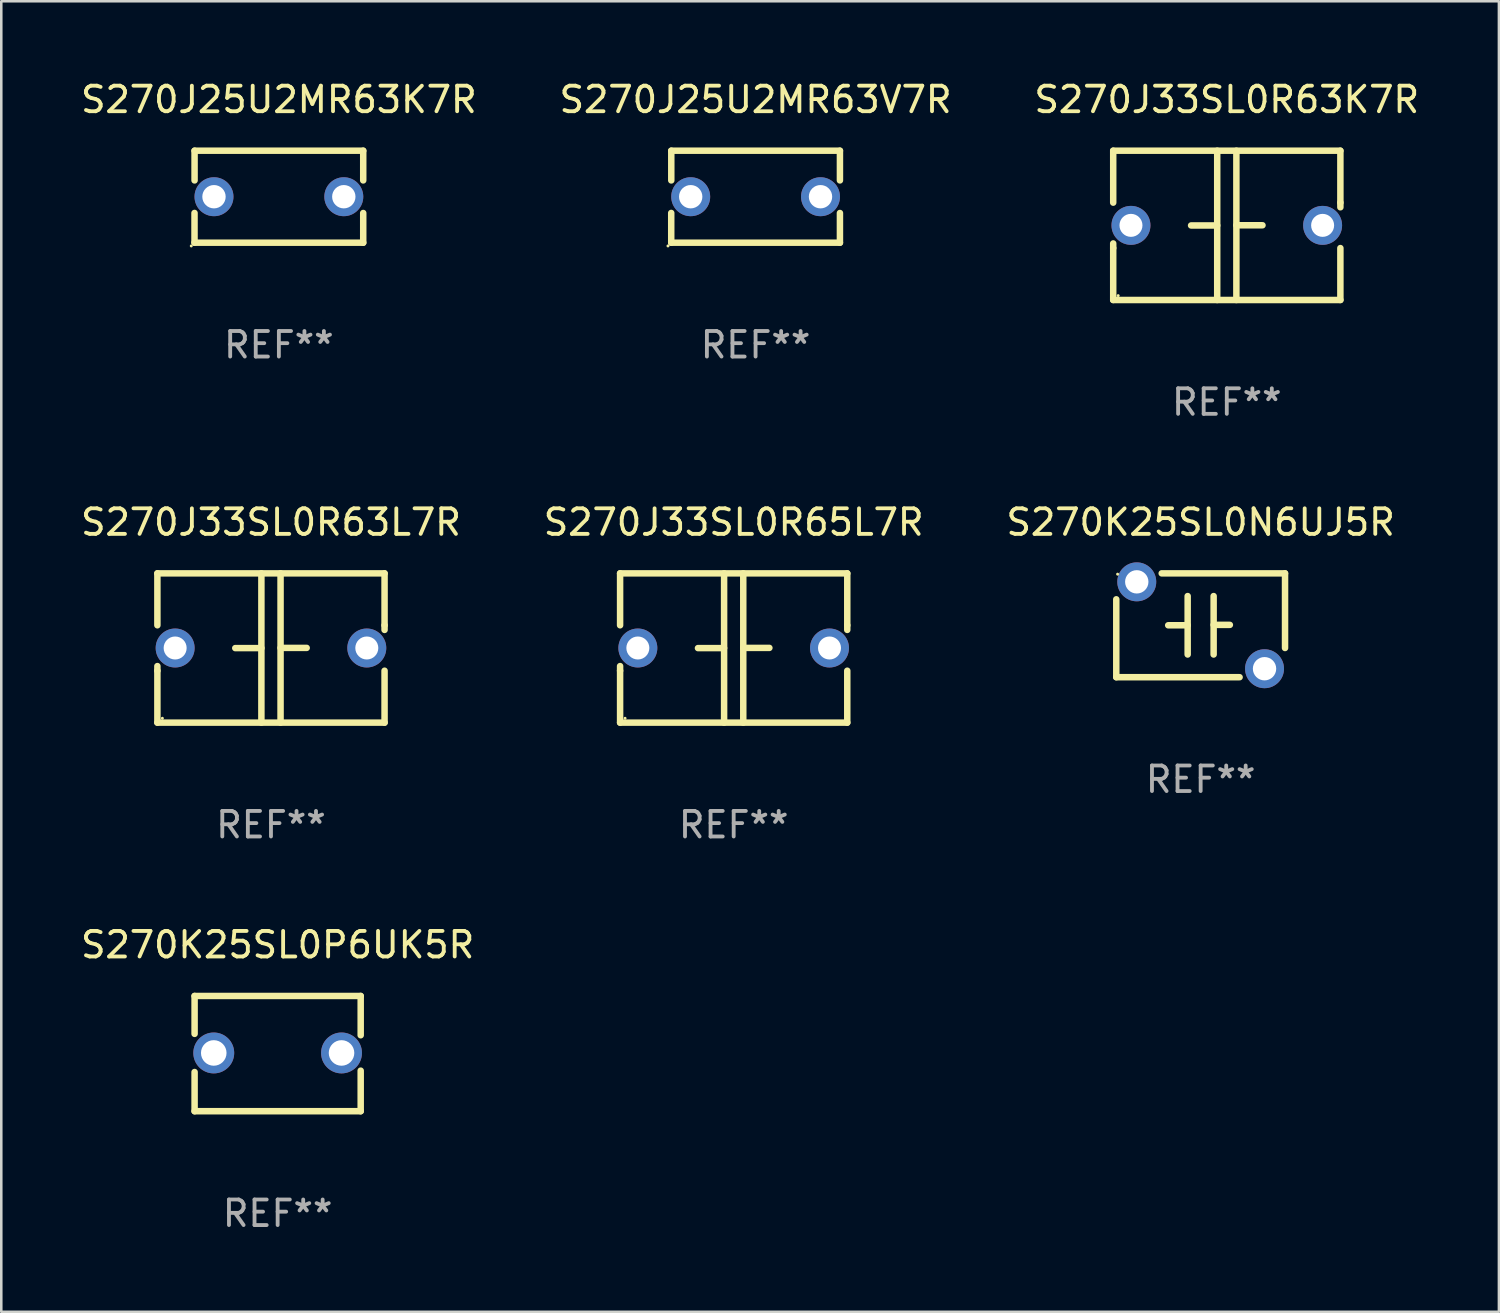
<source format=kicad_pcb>
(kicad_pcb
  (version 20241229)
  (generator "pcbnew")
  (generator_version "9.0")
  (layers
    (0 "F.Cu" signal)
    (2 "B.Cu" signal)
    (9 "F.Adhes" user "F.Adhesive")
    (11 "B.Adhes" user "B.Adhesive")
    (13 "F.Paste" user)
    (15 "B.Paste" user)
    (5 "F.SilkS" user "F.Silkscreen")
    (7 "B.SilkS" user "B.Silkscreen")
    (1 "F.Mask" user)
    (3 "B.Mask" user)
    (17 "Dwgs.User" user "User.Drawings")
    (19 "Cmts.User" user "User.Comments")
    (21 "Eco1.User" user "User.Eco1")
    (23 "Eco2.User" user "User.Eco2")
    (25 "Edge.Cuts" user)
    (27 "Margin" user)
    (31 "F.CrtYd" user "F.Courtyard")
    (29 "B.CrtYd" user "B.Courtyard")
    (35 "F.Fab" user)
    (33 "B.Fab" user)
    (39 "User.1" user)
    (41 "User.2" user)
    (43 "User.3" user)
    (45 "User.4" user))
  (footprint "S270J25U2MR63K7R"
    (layer "F.Cu")
    (at 7.863 4.648)
    (property "Reference" "S270J25U2MR63K7R" (at 0 -3.8 0) (layer "F.SilkS") (effects (font (size 1 1) (thickness 0.15))))
    (attr through_hole)
    (fp_line (start -3.301 1.8) (end -3.301 0.636) (stroke (width 0.254) (type solid)) (layer "F.SilkS"))
    (fp_line (start -3.299 -1.8) (end -3.299 -0.638) (stroke (width 0.254) (type solid)) (layer "F.SilkS"))
    (fp_line (start -3.299 -1.8) (end 3.301 -1.8) (stroke (width 0.254) (type solid)) (layer "F.SilkS"))
    (fp_line (start 3.301 -1.8) (end 3.301 -0.638) (stroke (width 0.254) (type solid)) (layer "F.SilkS"))
    (fp_line (start 3.301 0.638) (end 3.301 1.8) (stroke (width 0.254) (type solid)) (layer "F.SilkS"))
    (fp_line (start 3.301 1.8) (end -3.301 1.8) (stroke (width 0.254) (type solid)) (layer "F.SilkS"))
    (fp_circle (center -3.428 1.927) (end -3.398 1.927) (stroke (width 0.06) (type solid)) (fill no) (layer "F.SilkS"))
    (fp_text user "REF**" (at 0 5.8 0) (layer "F.Fab") (effects (font (size 1 1) (thickness 0.15))))
    (pad "1" thru_hole circle (at -2.539 0.000013) (size 1.524 1.524) (drill 0.914) (layers "*.Cu" "*.Mask"))
    (pad "2" thru_hole circle (at 2.541 0.000013) (size 1.524 1.524) (drill 0.914) (layers "*.Cu" "*.Mask")))
  (footprint "S270J33SL0R63L7R"
    (layer "F.Cu")
    (at 7.554 22.308)
    (property "Reference" "S270J33SL0R63L7R" (at 0 -4.921 0) (layer "F.SilkS") (effects (font (size 1 1) (thickness 0.15))))
    (attr through_hole)
    (fp_line (start -4.445 -2.921) (end 4.445 -2.921) (stroke (width 0.254) (type solid)) (layer "F.SilkS"))
    (fp_line (start -4.445 -0.889) (end -4.445 -2.921) (stroke (width 0.254) (type solid)) (layer "F.SilkS"))
    (fp_line (start -4.445 0.889) (end -4.445 0.708) (stroke (width 0.254) (type solid)) (layer "F.SilkS"))
    (fp_line (start -4.445 2.921) (end -4.445 0.889) (stroke (width 0.254) (type solid)) (layer "F.SilkS"))
    (fp_line (start -0.375 0.004) (end -1.397 0.004) (stroke (width 0.254) (type solid)) (layer "F.SilkS"))
    (fp_line (start -0.375 2.921) (end -0.375 -2.921) (stroke (width 0.254) (type solid)) (layer "F.SilkS"))
    (fp_line (start 0.375 -2.921) (end 0.375 2.921) (stroke (width 0.254) (type solid)) (layer "F.SilkS"))
    (fp_line (start 0.375 -0.004) (end 1.397 -0.004) (stroke (width 0.254) (type solid)) (layer "F.SilkS"))
    (fp_line (start 4.445 -2.921) (end 4.445 -0.889) (stroke (width 0.254) (type solid)) (layer "F.SilkS"))
    (fp_line (start 4.445 -0.889) (end 4.445 -0.708) (stroke (width 0.254) (type solid)) (layer "F.SilkS"))
    (fp_line (start 4.445 0.889) (end 4.445 2.921) (stroke (width 0.254) (type solid)) (layer "F.SilkS"))
    (fp_line (start 4.445 2.921) (end -4.445 2.921) (stroke (width 0.254) (type solid)) (layer "F.SilkS"))
    (fp_circle (center -4.25 2.75) (end -4.22 2.75) (stroke (width 0.06) (type solid)) (fill no) (layer "F.SilkS"))
    (fp_text user "REF**" (at 0 6.921 0) (layer "F.Fab") (effects (font (size 1 1) (thickness 0.15))))
    (pad "1" thru_hole circle (at -3.75 0) (size 1.524 1.524) (drill 0.9) (layers "*.Cu" "*.Mask"))
    (pad "2" thru_hole circle (at 3.75 0) (size 1.524 1.524) (drill 0.9) (layers "*.Cu" "*.Mask")))
  (footprint "S270K25SL0P6UK5R"
    (layer "F.Cu")
    (at 7.815 38.18)
    (property "Reference" "S270K25SL0P6UK5R" (at 0 -4.255 0) (layer "F.SilkS") (effects (font (size 1 1) (thickness 0.15))))
    (attr through_hole)
    (fp_line (start -3.25 -2.255) (end -3.25 -0.772) (stroke (width 0.254) (type solid)) (layer "F.SilkS"))
    (fp_line (start -3.25 -2.255) (end 3.25 -2.255) (stroke (width 0.254) (type solid)) (layer "F.SilkS"))
    (fp_line (start -3.25 0.722) (end -3.25 2.255) (stroke (width 0.254) (type solid)) (layer "F.SilkS"))
    (fp_line (start 3.25 -2.255) (end 3.25 -0.718) (stroke (width 0.254) (type solid)) (layer "F.SilkS"))
    (fp_line (start 3.25 0.668) (end 3.25 2.255) (stroke (width 0.254) (type solid)) (layer "F.SilkS"))
    (fp_line (start 3.25 2.255) (end -3.25 2.255) (stroke (width 0.254) (type solid)) (layer "F.SilkS"))
    (fp_circle (center -3.25 2.225) (end -3.22 2.225) (stroke (width 0.06) (type solid)) (fill no) (layer "F.SilkS"))
    (fp_text user "REF**" (at 0 6.255 0) (layer "F.Fab") (effects (font (size 1 1) (thickness 0.15))))
    (pad "1" thru_hole circle (at -2.5 -0.025) (size 1.6 1.6) (drill 1) (layers "*.Cu" "*.Mask"))
    (pad "2" thru_hole circle (at 2.5 -0.025) (size 1.6 1.6) (drill 1) (layers "*.Cu" "*.Mask")))
  (footprint "S270K25SL0N6UJ5R"
    (layer "F.Cu")
    (at 43.935 21.419)
    (property "Reference" "S270K25SL0N6UJ5R" (at 0 -4.032 0) (layer "F.SilkS") (effects (font (size 1 1) (thickness 0.15))))
    (attr through_hole)
    (fp_line (start -3.302 2.032) (end -3.302 -1.016) (stroke (width 0.254) (type solid)) (layer "F.SilkS"))
    (fp_line (start -3.302 2.032) (end 1.524 2.032) (stroke (width 0.254) (type solid)) (layer "F.SilkS"))
    (fp_line (start -1.524 -2.032) (end 3.302 -2.032) (stroke (width 0.254) (type solid)) (layer "F.SilkS"))
    (fp_line (start -1.27 0) (end -0.508 0) (stroke (width 0.254) (type solid)) (layer "F.SilkS"))
    (fp_line (start -0.508 1.143) (end -0.508 -1.143) (stroke (width 0.254) (type solid)) (layer "F.SilkS"))
    (fp_line (start 0.508 -0.016) (end 1.143 -0.016) (stroke (width 0.254) (type solid)) (layer "F.SilkS"))
    (fp_line (start 0.508 1.143) (end 0.508 -1.143) (stroke (width 0.254) (type solid)) (layer "F.SilkS"))
    (fp_line (start 3.302 -2.032) (end 3.302 0.889) (stroke (width 0.254) (type solid)) (layer "F.SilkS"))
    (fp_circle (center -3.25 -2) (end -3.22 -2) (stroke (width 0.06) (type solid)) (fill no) (layer "F.SilkS"))
    (fp_text user "REF**" (at 0 6.032 0) (layer "F.Fab") (effects (font (size 1 1) (thickness 0.15))))
    (pad "1" thru_hole circle (at -2.5 -1.7) (size 1.524 1.524) (drill 0.914) (layers "*.Cu" "*.Mask"))
    (pad "2" thru_hole circle (at 2.5 1.7) (size 1.524 1.524) (drill 0.914) (layers "*.Cu" "*.Mask")))
  (footprint "S270J25U2MR63V7R"
    (layer "F.Cu")
    (at 26.518 4.648)
    (property "Reference" "S270J25U2MR63V7R" (at 0 -3.8 0) (layer "F.SilkS") (effects (font (size 1 1) (thickness 0.15))))
    (attr through_hole)
    (fp_line (start -3.301 1.8) (end -3.301 0.636) (stroke (width 0.254) (type solid)) (layer "F.SilkS"))
    (fp_line (start -3.299 -1.8) (end -3.299 -0.638) (stroke (width 0.254) (type solid)) (layer "F.SilkS"))
    (fp_line (start -3.299 -1.8) (end 3.301 -1.8) (stroke (width 0.254) (type solid)) (layer "F.SilkS"))
    (fp_line (start 3.301 -1.8) (end 3.301 -0.638) (stroke (width 0.254) (type solid)) (layer "F.SilkS"))
    (fp_line (start 3.301 0.638) (end 3.301 1.8) (stroke (width 0.254) (type solid)) (layer "F.SilkS"))
    (fp_line (start 3.301 1.8) (end -3.301 1.8) (stroke (width 0.254) (type solid)) (layer "F.SilkS"))
    (fp_circle (center -3.428 1.927) (end -3.398 1.927) (stroke (width 0.06) (type solid)) (fill no) (layer "F.SilkS"))
    (fp_text user "REF**" (at 0 5.8 0) (layer "F.Fab") (effects (font (size 1 1) (thickness 0.15))))
    (pad "1" thru_hole circle (at -2.539 0.000013) (size 1.524 1.524) (drill 0.914) (layers "*.Cu" "*.Mask"))
    (pad "2" thru_hole circle (at 2.541 0.000013) (size 1.524 1.524) (drill 0.914) (layers "*.Cu" "*.Mask")))
  (footprint "S270J33SL0R63K7R"
    (layer "F.Cu")
    (at 44.958 5.769)
    (property "Reference" "S270J33SL0R63K7R" (at 0 -4.921 0) (layer "F.SilkS") (effects (font (size 1 1) (thickness 0.15))))
    (attr through_hole)
    (fp_line (start -4.445 -2.921) (end 4.445 -2.921) (stroke (width 0.254) (type solid)) (layer "F.SilkS"))
    (fp_line (start -4.445 -0.889) (end -4.445 -2.921) (stroke (width 0.254) (type solid)) (layer "F.SilkS"))
    (fp_line (start -4.445 0.889) (end -4.445 0.708) (stroke (width 0.254) (type solid)) (layer "F.SilkS"))
    (fp_line (start -4.445 2.921) (end -4.445 0.889) (stroke (width 0.254) (type solid)) (layer "F.SilkS"))
    (fp_line (start -0.375 0.004) (end -1.397 0.004) (stroke (width 0.254) (type solid)) (layer "F.SilkS"))
    (fp_line (start -0.375 2.921) (end -0.375 -2.921) (stroke (width 0.254) (type solid)) (layer "F.SilkS"))
    (fp_line (start 0.375 -2.921) (end 0.375 2.921) (stroke (width 0.254) (type solid)) (layer "F.SilkS"))
    (fp_line (start 0.375 -0.004) (end 1.397 -0.004) (stroke (width 0.254) (type solid)) (layer "F.SilkS"))
    (fp_line (start 4.445 -2.921) (end 4.445 -0.889) (stroke (width 0.254) (type solid)) (layer "F.SilkS"))
    (fp_line (start 4.445 -0.889) (end 4.445 -0.708) (stroke (width 0.254) (type solid)) (layer "F.SilkS"))
    (fp_line (start 4.445 0.889) (end 4.445 2.921) (stroke (width 0.254) (type solid)) (layer "F.SilkS"))
    (fp_line (start 4.445 2.921) (end -4.445 2.921) (stroke (width 0.254) (type solid)) (layer "F.SilkS"))
    (fp_circle (center -4.25 2.75) (end -4.22 2.75) (stroke (width 0.06) (type solid)) (fill no) (layer "F.SilkS"))
    (fp_text user "REF**" (at 0 6.921 0) (layer "F.Fab") (effects (font (size 1 1) (thickness 0.15))))
    (pad "1" thru_hole circle (at -3.75 0) (size 1.524 1.524) (drill 0.9) (layers "*.Cu" "*.Mask"))
    (pad "2" thru_hole circle (at 3.75 0) (size 1.524 1.524) (drill 0.9) (layers "*.Cu" "*.Mask")))
  (footprint "S270J33SL0R65L7R"
    (layer "F.Cu")
    (at 25.661 22.308)
    (property "Reference" "S270J33SL0R65L7R" (at 0 -4.921 0) (layer "F.SilkS") (effects (font (size 1 1) (thickness 0.15))))
    (attr through_hole)
    (fp_line (start -4.445 -2.921) (end 4.445 -2.921) (stroke (width 0.254) (type solid)) (layer "F.SilkS"))
    (fp_line (start -4.445 -0.889) (end -4.445 -2.921) (stroke (width 0.254) (type solid)) (layer "F.SilkS"))
    (fp_line (start -4.445 0.889) (end -4.445 0.708) (stroke (width 0.254) (type solid)) (layer "F.SilkS"))
    (fp_line (start -4.445 2.921) (end -4.445 0.889) (stroke (width 0.254) (type solid)) (layer "F.SilkS"))
    (fp_line (start -0.375 0.004) (end -1.397 0.004) (stroke (width 0.254) (type solid)) (layer "F.SilkS"))
    (fp_line (start -0.375 2.921) (end -0.375 -2.921) (stroke (width 0.254) (type solid)) (layer "F.SilkS"))
    (fp_line (start 0.375 -2.921) (end 0.375 2.921) (stroke (width 0.254) (type solid)) (layer "F.SilkS"))
    (fp_line (start 0.375 -0.004) (end 1.397 -0.004) (stroke (width 0.254) (type solid)) (layer "F.SilkS"))
    (fp_line (start 4.445 -2.921) (end 4.445 -0.889) (stroke (width 0.254) (type solid)) (layer "F.SilkS"))
    (fp_line (start 4.445 -0.889) (end 4.445 -0.708) (stroke (width 0.254) (type solid)) (layer "F.SilkS"))
    (fp_line (start 4.445 0.889) (end 4.445 2.921) (stroke (width 0.254) (type solid)) (layer "F.SilkS"))
    (fp_line (start 4.445 2.921) (end -4.445 2.921) (stroke (width 0.254) (type solid)) (layer "F.SilkS"))
    (fp_circle (center -4.25 2.75) (end -4.22 2.75) (stroke (width 0.06) (type solid)) (fill no) (layer "F.SilkS"))
    (fp_text user "REF**" (at 0 6.921 0) (layer "F.Fab") (effects (font (size 1 1) (thickness 0.15))))
    (pad "1" thru_hole circle (at -3.75 0) (size 1.524 1.524) (drill 0.9) (layers "*.Cu" "*.Mask"))
    (pad "2" thru_hole circle (at 3.75 0) (size 1.524 1.524) (drill 0.9) (layers "*.Cu" "*.Mask")))
  (gr_rect
    (start -3 -3)
    (end 55.607 48.284)
    (stroke (width 0.1) (type default))
    (fill no)
    (layer "Edge.Cuts")))
</source>
